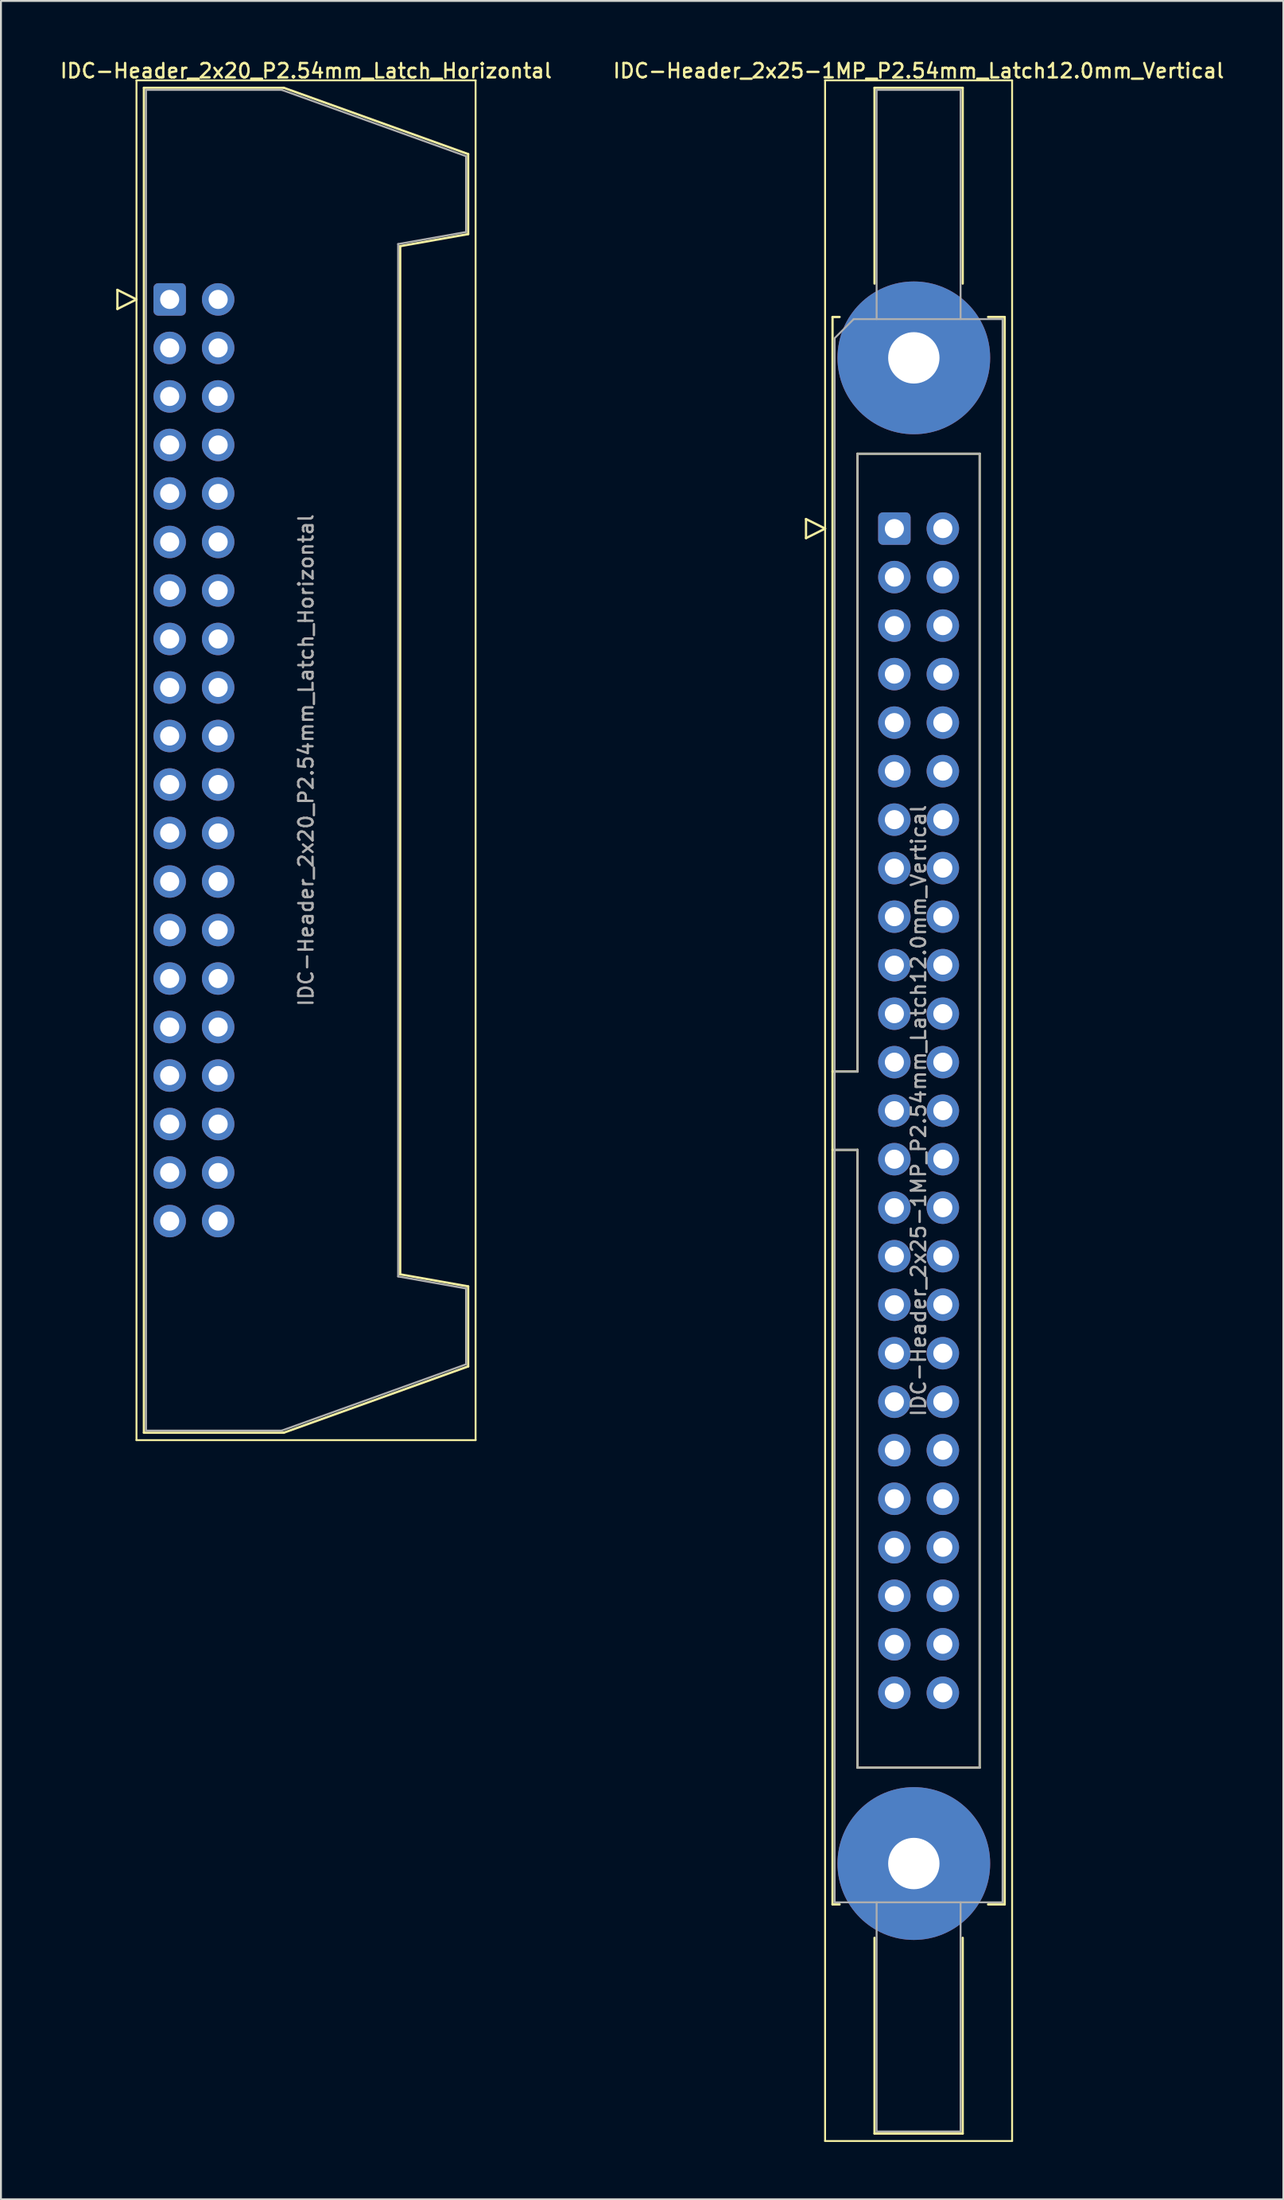
<source format=kicad_pcb>
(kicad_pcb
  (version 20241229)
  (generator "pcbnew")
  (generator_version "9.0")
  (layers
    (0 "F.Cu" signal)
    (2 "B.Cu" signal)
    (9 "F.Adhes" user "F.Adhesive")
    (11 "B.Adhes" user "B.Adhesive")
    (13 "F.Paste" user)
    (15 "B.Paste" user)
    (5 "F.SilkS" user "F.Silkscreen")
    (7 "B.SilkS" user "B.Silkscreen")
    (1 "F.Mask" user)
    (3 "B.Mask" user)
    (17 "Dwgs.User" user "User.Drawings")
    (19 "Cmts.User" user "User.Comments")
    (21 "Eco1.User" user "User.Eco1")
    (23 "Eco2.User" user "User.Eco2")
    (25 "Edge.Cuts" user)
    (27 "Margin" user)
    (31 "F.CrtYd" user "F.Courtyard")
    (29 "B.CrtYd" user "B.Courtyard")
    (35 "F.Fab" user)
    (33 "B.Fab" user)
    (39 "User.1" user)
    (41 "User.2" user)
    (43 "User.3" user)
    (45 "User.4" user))
  (footprint "IDC-Header_2x25-1MP_P2.54mm_Latch12.0mm_Vertical"
    (layer "F.Cu")
    (at 43.817 24.628)
    (property "Reference" "IDC-Header_2x25-1MP_P2.54mm_Latch12.0mm_Vertical" (at 1.27 -23.97 0) (layer "F.SilkS") (effects (font (size 0.75 0.75) (thickness 0.125))))
    (attr through_hole)
    (fp_line (start -4.63 -0.5) (end -4.63 0.5) (stroke (width 0.12) (type solid)) (layer "F.SilkS"))
    (fp_line (start -4.63 0.5) (end -3.63 0) (stroke (width 0.12) (type solid)) (layer "F.SilkS"))
    (fp_line (start -3.63 -23.47) (end -3.63 84.43) (stroke (width 0.1) (type solid)) (layer "F.SilkS"))
    (fp_line (start -3.63 0) (end -4.63 -0.5) (stroke (width 0.12) (type solid)) (layer "F.SilkS"))
    (fp_line (start -3.63 84.43) (end 6.17 84.43) (stroke (width 0.1) (type solid)) (layer "F.SilkS"))
    (fp_line (start -3.24 -11.08) (end -3.24 72.04) (stroke (width 0.12) (type solid)) (layer "F.SilkS"))
    (fp_line (start -3.24 28.43) (end -1.93 28.43) (stroke (width 0.12) (type solid)) (layer "F.SilkS"))
    (fp_line (start -3.24 72.04) (end -2.87 72.04) (stroke (width 0.12) (type solid)) (layer "F.SilkS"))
    (fp_line (start -2.87 -11.08) (end -3.24 -11.08) (stroke (width 0.12) (type solid)) (layer "F.SilkS"))
    (fp_line (start -1.93 -3.92) (end 4.47 -3.92) (stroke (width 0.12) (type solid)) (layer "F.SilkS"))
    (fp_line (start -1.93 28.43) (end -1.93 -3.92) (stroke (width 0.12) (type solid)) (layer "F.SilkS"))
    (fp_line (start -1.93 32.53) (end -3.24 32.53) (stroke (width 0.12) (type solid)) (layer "F.SilkS"))
    (fp_line (start -1.93 32.53) (end -1.93 32.53) (stroke (width 0.12) (type solid)) (layer "F.SilkS"))
    (fp_line (start -1.93 64.88) (end -1.93 32.53) (stroke (width 0.12) (type solid)) (layer "F.SilkS"))
    (fp_line (start -1.04 -23.08) (end 3.58 -23.08) (stroke (width 0.12) (type solid)) (layer "F.SilkS"))
    (fp_line (start -1.04 -12.83) (end -1.04 -23.08) (stroke (width 0.12) (type solid)) (layer "F.SilkS"))
    (fp_line (start -1.04 73.79) (end -1.04 84.04) (stroke (width 0.12) (type solid)) (layer "F.SilkS"))
    (fp_line (start -1.04 84.04) (end 3.58 84.04) (stroke (width 0.12) (type solid)) (layer "F.SilkS"))
    (fp_line (start 3.58 -23.08) (end 3.58 -12.83) (stroke (width 0.12) (type solid)) (layer "F.SilkS"))
    (fp_line (start 3.58 84.04) (end 3.58 73.79) (stroke (width 0.12) (type solid)) (layer "F.SilkS"))
    (fp_line (start 4.47 -3.92) (end 4.47 64.88) (stroke (width 0.12) (type solid)) (layer "F.SilkS"))
    (fp_line (start 4.47 64.88) (end -1.93 64.88) (stroke (width 0.12) (type solid)) (layer "F.SilkS"))
    (fp_line (start 4.91 -11.08) (end 5.78 -11.08) (stroke (width 0.12) (type solid)) (layer "F.SilkS"))
    (fp_line (start 5.78 -11.08) (end 5.78 72.04) (stroke (width 0.12) (type solid)) (layer "F.SilkS"))
    (fp_line (start 5.78 72.04) (end 4.91 72.04) (stroke (width 0.12) (type solid)) (layer "F.SilkS"))
    (fp_line (start 6.17 -23.47) (end -3.63 -23.47) (stroke (width 0.1) (type solid)) (layer "F.SilkS"))
    (fp_line (start 6.17 84.43) (end 6.17 -23.47) (stroke (width 0.1) (type solid)) (layer "F.SilkS"))
    (fp_line (start -3.13 -9.97) (end -2.13 -10.97) (stroke (width 0.1) (type solid)) (layer "F.Fab"))
    (fp_line (start -3.13 28.43) (end -1.93 28.43) (stroke (width 0.1) (type solid)) (layer "F.Fab"))
    (fp_line (start -3.13 71.93) (end -3.13 -9.97) (stroke (width 0.1) (type solid)) (layer "F.Fab"))
    (fp_line (start -2.13 -10.97) (end 5.67 -10.97) (stroke (width 0.1) (type solid)) (layer "F.Fab"))
    (fp_line (start -1.93 -3.92) (end 4.47 -3.92) (stroke (width 0.1) (type solid)) (layer "F.Fab"))
    (fp_line (start -1.93 28.43) (end -1.93 -3.92) (stroke (width 0.1) (type solid)) (layer "F.Fab"))
    (fp_line (start -1.93 32.53) (end -3.13 32.53) (stroke (width 0.1) (type solid)) (layer "F.Fab"))
    (fp_line (start -1.93 32.53) (end -1.93 32.53) (stroke (width 0.1) (type solid)) (layer "F.Fab"))
    (fp_line (start -1.93 64.88) (end -1.93 32.53) (stroke (width 0.1) (type solid)) (layer "F.Fab"))
    (fp_line (start -0.93 -22.97) (end 3.47 -22.97) (stroke (width 0.1) (type solid)) (layer "F.Fab"))
    (fp_line (start -0.93 -10.97) (end -0.93 -22.97) (stroke (width 0.1) (type solid)) (layer "F.Fab"))
    (fp_line (start -0.93 71.93) (end -0.93 83.93) (stroke (width 0.1) (type solid)) (layer "F.Fab"))
    (fp_line (start -0.93 83.93) (end 3.47 83.93) (stroke (width 0.1) (type solid)) (layer "F.Fab"))
    (fp_line (start 3.47 -22.97) (end 3.47 -10.97) (stroke (width 0.1) (type solid)) (layer "F.Fab"))
    (fp_line (start 3.47 83.93) (end 3.47 71.93) (stroke (width 0.1) (type solid)) (layer "F.Fab"))
    (fp_line (start 4.47 -3.92) (end 4.47 64.88) (stroke (width 0.1) (type solid)) (layer "F.Fab"))
    (fp_line (start 4.47 64.88) (end -1.93 64.88) (stroke (width 0.1) (type solid)) (layer "F.Fab"))
    (fp_line (start 5.67 -10.97) (end 5.67 71.93) (stroke (width 0.1) (type solid)) (layer "F.Fab"))
    (fp_line (start 5.67 71.93) (end -3.13 71.93) (stroke (width 0.1) (type solid)) (layer "F.Fab"))
    (fp_text user "${REFERENCE}" (at 1.27 30.48 90) (layer "F.Fab") (effects (font (size 0.75 0.75) (thickness 0.125))))
    (pad "1" thru_hole roundrect (at 0 0) (size 1.7 1.7) (drill 1) (layers "*.Cu" "*.Mask") (roundrect_rratio 0.147))
    (pad "2" thru_hole circle (at 2.54 0) (size 1.7 1.7) (drill 1) (layers "*.Cu" "*.Mask"))
    (pad "3" thru_hole circle (at 0 2.54) (size 1.7 1.7) (drill 1) (layers "*.Cu" "*.Mask"))
    (pad "4" thru_hole circle (at 2.54 2.54) (size 1.7 1.7) (drill 1) (layers "*.Cu" "*.Mask"))
    (pad "5" thru_hole circle (at 0 5.08) (size 1.7 1.7) (drill 1) (layers "*.Cu" "*.Mask"))
    (pad "6" thru_hole circle (at 2.54 5.08) (size 1.7 1.7) (drill 1) (layers "*.Cu" "*.Mask"))
    (pad "7" thru_hole circle (at 0 7.62) (size 1.7 1.7) (drill 1) (layers "*.Cu" "*.Mask"))
    (pad "8" thru_hole circle (at 2.54 7.62) (size 1.7 1.7) (drill 1) (layers "*.Cu" "*.Mask"))
    (pad "9" thru_hole circle (at 0 10.16) (size 1.7 1.7) (drill 1) (layers "*.Cu" "*.Mask"))
    (pad "10" thru_hole circle (at 2.54 10.16) (size 1.7 1.7) (drill 1) (layers "*.Cu" "*.Mask"))
    (pad "11" thru_hole circle (at 0 12.7) (size 1.7 1.7) (drill 1) (layers "*.Cu" "*.Mask"))
    (pad "12" thru_hole circle (at 2.54 12.7) (size 1.7 1.7) (drill 1) (layers "*.Cu" "*.Mask"))
    (pad "13" thru_hole circle (at 0 15.24) (size 1.7 1.7) (drill 1) (layers "*.Cu" "*.Mask"))
    (pad "14" thru_hole circle (at 2.54 15.24) (size 1.7 1.7) (drill 1) (layers "*.Cu" "*.Mask"))
    (pad "15" thru_hole circle (at 0 17.78) (size 1.7 1.7) (drill 1) (layers "*.Cu" "*.Mask"))
    (pad "16" thru_hole circle (at 2.54 17.78) (size 1.7 1.7) (drill 1) (layers "*.Cu" "*.Mask"))
    (pad "17" thru_hole circle (at 0 20.32) (size 1.7 1.7) (drill 1) (layers "*.Cu" "*.Mask"))
    (pad "18" thru_hole circle (at 2.54 20.32) (size 1.7 1.7) (drill 1) (layers "*.Cu" "*.Mask"))
    (pad "19" thru_hole circle (at 0 22.86) (size 1.7 1.7) (drill 1) (layers "*.Cu" "*.Mask"))
    (pad "20" thru_hole circle (at 2.54 22.86) (size 1.7 1.7) (drill 1) (layers "*.Cu" "*.Mask"))
    (pad "21" thru_hole circle (at 0 25.4) (size 1.7 1.7) (drill 1) (layers "*.Cu" "*.Mask"))
    (pad "22" thru_hole circle (at 2.54 25.4) (size 1.7 1.7) (drill 1) (layers "*.Cu" "*.Mask"))
    (pad "23" thru_hole circle (at 0 27.94) (size 1.7 1.7) (drill 1) (layers "*.Cu" "*.Mask"))
    (pad "24" thru_hole circle (at 2.54 27.94) (size 1.7 1.7) (drill 1) (layers "*.Cu" "*.Mask"))
    (pad "25" thru_hole circle (at 0 30.48) (size 1.7 1.7) (drill 1) (layers "*.Cu" "*.Mask"))
    (pad "26" thru_hole circle (at 2.54 30.48) (size 1.7 1.7) (drill 1) (layers "*.Cu" "*.Mask"))
    (pad "27" thru_hole circle (at 0 33.02) (size 1.7 1.7) (drill 1) (layers "*.Cu" "*.Mask"))
    (pad "28" thru_hole circle (at 2.54 33.02) (size 1.7 1.7) (drill 1) (layers "*.Cu" "*.Mask"))
    (pad "29" thru_hole circle (at 0 35.56) (size 1.7 1.7) (drill 1) (layers "*.Cu" "*.Mask"))
    (pad "30" thru_hole circle (at 2.54 35.56) (size 1.7 1.7) (drill 1) (layers "*.Cu" "*.Mask"))
    (pad "31" thru_hole circle (at 0 38.1) (size 1.7 1.7) (drill 1) (layers "*.Cu" "*.Mask"))
    (pad "32" thru_hole circle (at 2.54 38.1) (size 1.7 1.7) (drill 1) (layers "*.Cu" "*.Mask"))
    (pad "33" thru_hole circle (at 0 40.64) (size 1.7 1.7) (drill 1) (layers "*.Cu" "*.Mask"))
    (pad "34" thru_hole circle (at 2.54 40.64) (size 1.7 1.7) (drill 1) (layers "*.Cu" "*.Mask"))
    (pad "35" thru_hole circle (at 0 43.18) (size 1.7 1.7) (drill 1) (layers "*.Cu" "*.Mask"))
    (pad "36" thru_hole circle (at 2.54 43.18) (size 1.7 1.7) (drill 1) (layers "*.Cu" "*.Mask"))
    (pad "37" thru_hole circle (at 0 45.72) (size 1.7 1.7) (drill 1) (layers "*.Cu" "*.Mask"))
    (pad "38" thru_hole circle (at 2.54 45.72) (size 1.7 1.7) (drill 1) (layers "*.Cu" "*.Mask"))
    (pad "39" thru_hole circle (at 0 48.26) (size 1.7 1.7) (drill 1) (layers "*.Cu" "*.Mask"))
    (pad "40" thru_hole circle (at 2.54 48.26) (size 1.7 1.7) (drill 1) (layers "*.Cu" "*.Mask"))
    (pad "41" thru_hole circle (at 0 50.8) (size 1.7 1.7) (drill 1) (layers "*.Cu" "*.Mask"))
    (pad "42" thru_hole circle (at 2.54 50.8) (size 1.7 1.7) (drill 1) (layers "*.Cu" "*.Mask"))
    (pad "43" thru_hole circle (at 0 53.34) (size 1.7 1.7) (drill 1) (layers "*.Cu" "*.Mask"))
    (pad "44" thru_hole circle (at 2.54 53.34) (size 1.7 1.7) (drill 1) (layers "*.Cu" "*.Mask"))
    (pad "45" thru_hole circle (at 0 55.88) (size 1.7 1.7) (drill 1) (layers "*.Cu" "*.Mask"))
    (pad "46" thru_hole circle (at 2.54 55.88) (size 1.7 1.7) (drill 1) (layers "*.Cu" "*.Mask"))
    (pad "47" thru_hole circle (at 0 58.42) (size 1.7 1.7) (drill 1) (layers "*.Cu" "*.Mask"))
    (pad "48" thru_hole circle (at 2.54 58.42) (size 1.7 1.7) (drill 1) (layers "*.Cu" "*.Mask"))
    (pad "49" thru_hole circle (at 0 60.96) (size 1.7 1.7) (drill 1) (layers "*.Cu" "*.Mask"))
    (pad "50" thru_hole circle (at 2.54 60.96) (size 1.7 1.7) (drill 1) (layers "*.Cu" "*.Mask"))
    (pad "MP" thru_hole circle (at 1.02 -8.94) (size 8 8) (drill 2.69) (layers "*.Cu" "*.Mask"))
    (pad "MP" thru_hole circle (at 1.02 69.9) (size 8 8) (drill 2.69) (layers "*.Cu" "*.Mask")))
  (footprint "IDC-Header_2x20_P2.54mm_Latch_Horizontal"
    (layer "F.Cu")
    (at 5.842 12.628)
    (property "Reference" "IDC-Header_2x20_P2.54mm_Latch_Horizontal" (at 7.145 -11.97 0) (layer "F.SilkS") (effects (font (size 0.75 0.75) (thickness 0.125))))
    (attr through_hole)
    (fp_line (start -2.74 -0.5) (end -2.74 0.5) (stroke (width 0.12) (type solid)) (layer "F.SilkS"))
    (fp_line (start -2.74 0.5) (end -1.74 0) (stroke (width 0.12) (type solid)) (layer "F.SilkS"))
    (fp_line (start -1.74 -11.47) (end -1.74 59.73) (stroke (width 0.1) (type solid)) (layer "F.SilkS"))
    (fp_line (start -1.74 0) (end -2.74 -0.5) (stroke (width 0.12) (type solid)) (layer "F.SilkS"))
    (fp_line (start -1.74 59.73) (end 16.03 59.73) (stroke (width 0.1) (type solid)) (layer "F.SilkS"))
    (fp_line (start -1.35 -11.08) (end 5.98 -11.08) (stroke (width 0.12) (type solid)) (layer "F.SilkS"))
    (fp_line (start -1.35 59.34) (end -1.35 -11.08) (stroke (width 0.12) (type solid)) (layer "F.SilkS"))
    (fp_line (start 5.98 -11.08) (end 15.64 -7.61) (stroke (width 0.12) (type solid)) (layer "F.SilkS"))
    (fp_line (start 5.98 59.34) (end -1.35 59.34) (stroke (width 0.12) (type solid)) (layer "F.SilkS"))
    (fp_line (start 12.08 -2.79) (end 12.08 51.05) (stroke (width 0.12) (type solid)) (layer "F.SilkS"))
    (fp_line (start 12.08 51.05) (end 15.64 51.68) (stroke (width 0.12) (type solid)) (layer "F.SilkS"))
    (fp_line (start 15.64 -7.61) (end 15.64 -3.42) (stroke (width 0.12) (type solid)) (layer "F.SilkS"))
    (fp_line (start 15.64 -3.42) (end 12.08 -2.79) (stroke (width 0.12) (type solid)) (layer "F.SilkS"))
    (fp_line (start 15.64 51.68) (end 15.64 55.87) (stroke (width 0.12) (type solid)) (layer "F.SilkS"))
    (fp_line (start 15.64 55.87) (end 5.98 59.34) (stroke (width 0.12) (type solid)) (layer "F.SilkS"))
    (fp_line (start 16.03 -11.47) (end -1.74 -11.47) (stroke (width 0.1) (type solid)) (layer "F.SilkS"))
    (fp_line (start 16.03 59.73) (end 16.03 -11.47) (stroke (width 0.1) (type solid)) (layer "F.SilkS"))
    (fp_line (start -1.24 -10.97) (end 5.87 -10.97) (stroke (width 0.1) (type solid)) (layer "F.Fab"))
    (fp_line (start -1.24 59.23) (end -1.24 -10.97) (stroke (width 0.1) (type solid)) (layer "F.Fab"))
    (fp_line (start 5.87 -10.97) (end 15.53 -7.5) (stroke (width 0.1) (type solid)) (layer "F.Fab"))
    (fp_line (start 5.87 59.23) (end -1.24 59.23) (stroke (width 0.1) (type solid)) (layer "F.Fab"))
    (fp_line (start 11.97 -2.9) (end 11.97 51.16) (stroke (width 0.1) (type solid)) (layer "F.Fab"))
    (fp_line (start 11.97 51.16) (end 15.53 51.79) (stroke (width 0.1) (type solid)) (layer "F.Fab"))
    (fp_line (start 15.53 -7.5) (end 15.53 -3.53) (stroke (width 0.1) (type solid)) (layer "F.Fab"))
    (fp_line (start 15.53 -3.53) (end 11.97 -2.9) (stroke (width 0.1) (type solid)) (layer "F.Fab"))
    (fp_line (start 15.53 51.79) (end 15.53 55.76) (stroke (width 0.1) (type solid)) (layer "F.Fab"))
    (fp_line (start 15.53 55.76) (end 5.87 59.23) (stroke (width 0.1) (type solid)) (layer "F.Fab"))
    (fp_text user "${REFERENCE}" (at 7.145 24.13 90) (layer "F.Fab") (effects (font (size 0.75 0.75) (thickness 0.125))))
    (pad "1" thru_hole roundrect (at 0 0) (size 1.7 1.7) (drill 1) (layers "*.Cu" "*.Mask") (roundrect_rratio 0.147))
    (pad "2" thru_hole circle (at 2.54 0) (size 1.7 1.7) (drill 1) (layers "*.Cu" "*.Mask"))
    (pad "3" thru_hole circle (at 0 2.54) (size 1.7 1.7) (drill 1) (layers "*.Cu" "*.Mask"))
    (pad "4" thru_hole circle (at 2.54 2.54) (size 1.7 1.7) (drill 1) (layers "*.Cu" "*.Mask"))
    (pad "5" thru_hole circle (at 0 5.08) (size 1.7 1.7) (drill 1) (layers "*.Cu" "*.Mask"))
    (pad "6" thru_hole circle (at 2.54 5.08) (size 1.7 1.7) (drill 1) (layers "*.Cu" "*.Mask"))
    (pad "7" thru_hole circle (at 0 7.62) (size 1.7 1.7) (drill 1) (layers "*.Cu" "*.Mask"))
    (pad "8" thru_hole circle (at 2.54 7.62) (size 1.7 1.7) (drill 1) (layers "*.Cu" "*.Mask"))
    (pad "9" thru_hole circle (at 0 10.16) (size 1.7 1.7) (drill 1) (layers "*.Cu" "*.Mask"))
    (pad "10" thru_hole circle (at 2.54 10.16) (size 1.7 1.7) (drill 1) (layers "*.Cu" "*.Mask"))
    (pad "11" thru_hole circle (at 0 12.7) (size 1.7 1.7) (drill 1) (layers "*.Cu" "*.Mask"))
    (pad "12" thru_hole circle (at 2.54 12.7) (size 1.7 1.7) (drill 1) (layers "*.Cu" "*.Mask"))
    (pad "13" thru_hole circle (at 0 15.24) (size 1.7 1.7) (drill 1) (layers "*.Cu" "*.Mask"))
    (pad "14" thru_hole circle (at 2.54 15.24) (size 1.7 1.7) (drill 1) (layers "*.Cu" "*.Mask"))
    (pad "15" thru_hole circle (at 0 17.78) (size 1.7 1.7) (drill 1) (layers "*.Cu" "*.Mask"))
    (pad "16" thru_hole circle (at 2.54 17.78) (size 1.7 1.7) (drill 1) (layers "*.Cu" "*.Mask"))
    (pad "17" thru_hole circle (at 0 20.32) (size 1.7 1.7) (drill 1) (layers "*.Cu" "*.Mask"))
    (pad "18" thru_hole circle (at 2.54 20.32) (size 1.7 1.7) (drill 1) (layers "*.Cu" "*.Mask"))
    (pad "19" thru_hole circle (at 0 22.86) (size 1.7 1.7) (drill 1) (layers "*.Cu" "*.Mask"))
    (pad "20" thru_hole circle (at 2.54 22.86) (size 1.7 1.7) (drill 1) (layers "*.Cu" "*.Mask"))
    (pad "21" thru_hole circle (at 0 25.4) (size 1.7 1.7) (drill 1) (layers "*.Cu" "*.Mask"))
    (pad "22" thru_hole circle (at 2.54 25.4) (size 1.7 1.7) (drill 1) (layers "*.Cu" "*.Mask"))
    (pad "23" thru_hole circle (at 0 27.94) (size 1.7 1.7) (drill 1) (layers "*.Cu" "*.Mask"))
    (pad "24" thru_hole circle (at 2.54 27.94) (size 1.7 1.7) (drill 1) (layers "*.Cu" "*.Mask"))
    (pad "25" thru_hole circle (at 0 30.48) (size 1.7 1.7) (drill 1) (layers "*.Cu" "*.Mask"))
    (pad "26" thru_hole circle (at 2.54 30.48) (size 1.7 1.7) (drill 1) (layers "*.Cu" "*.Mask"))
    (pad "27" thru_hole circle (at 0 33.02) (size 1.7 1.7) (drill 1) (layers "*.Cu" "*.Mask"))
    (pad "28" thru_hole circle (at 2.54 33.02) (size 1.7 1.7) (drill 1) (layers "*.Cu" "*.Mask"))
    (pad "29" thru_hole circle (at 0 35.56) (size 1.7 1.7) (drill 1) (layers "*.Cu" "*.Mask"))
    (pad "30" thru_hole circle (at 2.54 35.56) (size 1.7 1.7) (drill 1) (layers "*.Cu" "*.Mask"))
    (pad "31" thru_hole circle (at 0 38.1) (size 1.7 1.7) (drill 1) (layers "*.Cu" "*.Mask"))
    (pad "32" thru_hole circle (at 2.54 38.1) (size 1.7 1.7) (drill 1) (layers "*.Cu" "*.Mask"))
    (pad "33" thru_hole circle (at 0 40.64) (size 1.7 1.7) (drill 1) (layers "*.Cu" "*.Mask"))
    (pad "34" thru_hole circle (at 2.54 40.64) (size 1.7 1.7) (drill 1) (layers "*.Cu" "*.Mask"))
    (pad "35" thru_hole circle (at 0 43.18) (size 1.7 1.7) (drill 1) (layers "*.Cu" "*.Mask"))
    (pad "36" thru_hole circle (at 2.54 43.18) (size 1.7 1.7) (drill 1) (layers "*.Cu" "*.Mask"))
    (pad "37" thru_hole circle (at 0 45.72) (size 1.7 1.7) (drill 1) (layers "*.Cu" "*.Mask"))
    (pad "38" thru_hole circle (at 2.54 45.72) (size 1.7 1.7) (drill 1) (layers "*.Cu" "*.Mask"))
    (pad "39" thru_hole circle (at 0 48.26) (size 1.7 1.7) (drill 1) (layers "*.Cu" "*.Mask"))
    (pad "40" thru_hole circle (at 2.54 48.26) (size 1.7 1.7) (drill 1) (layers "*.Cu" "*.Mask")))
  (gr_rect
    (start -3 -3)
    (end 64.2 112.108)
    (stroke (width 0.1) (type default))
    (fill no)
    (layer "Edge.Cuts")))
</source>
